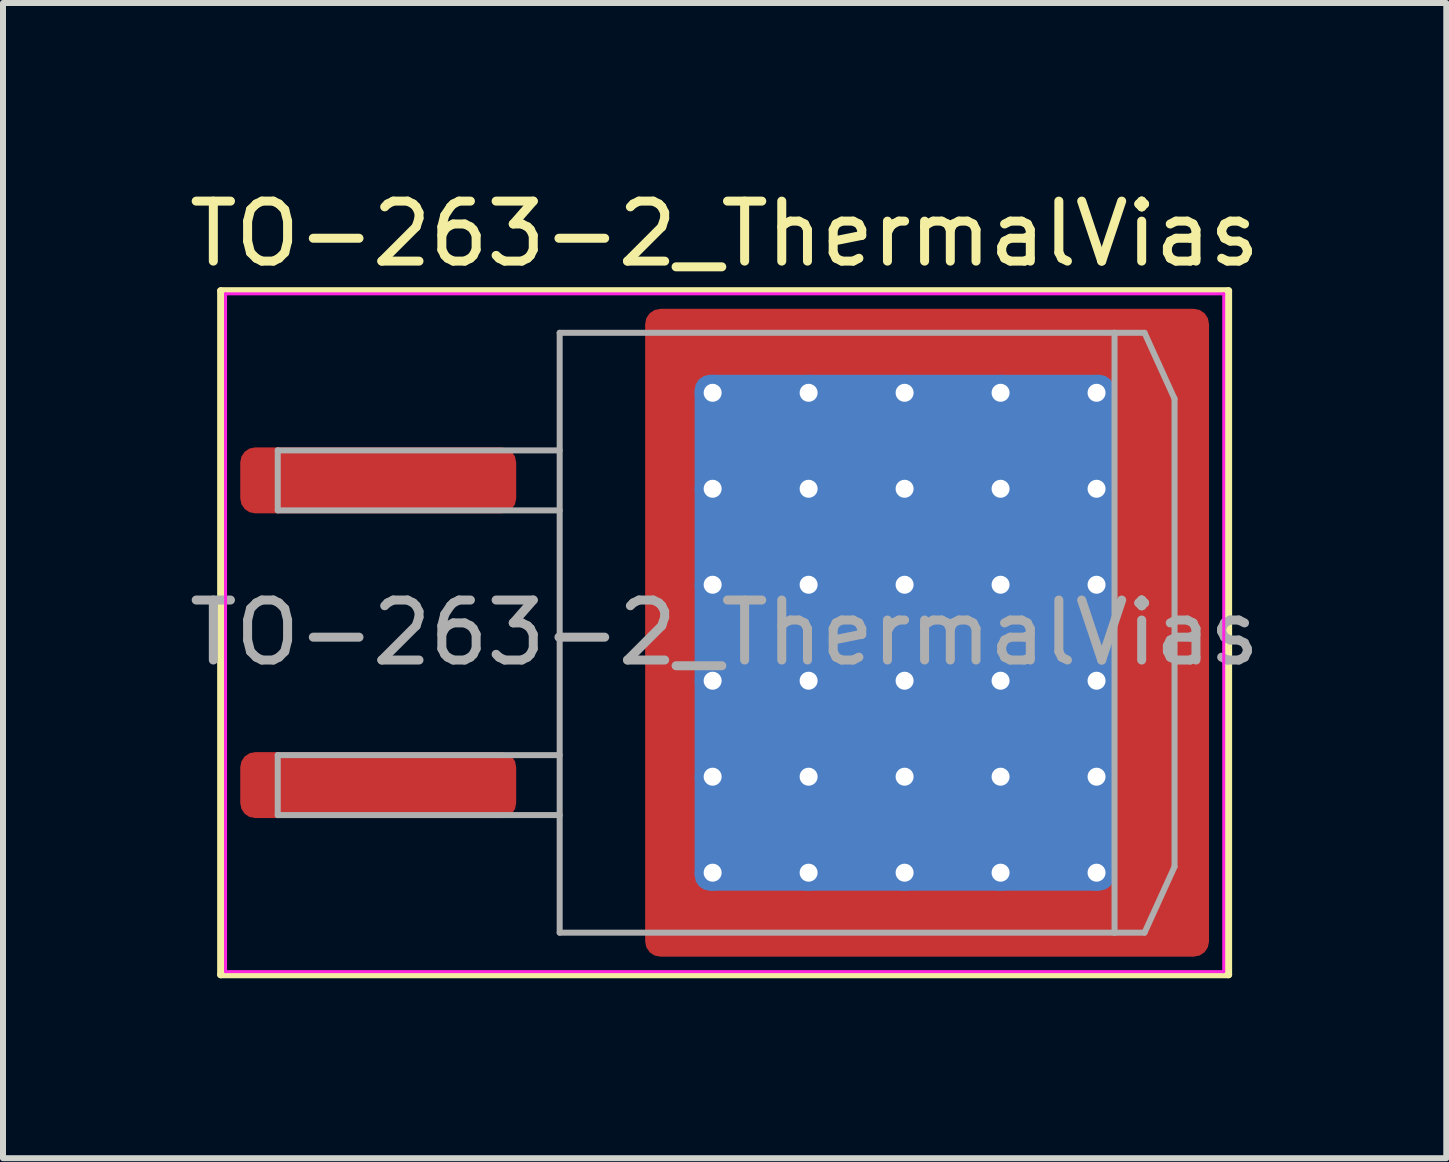
<source format=kicad_pcb>
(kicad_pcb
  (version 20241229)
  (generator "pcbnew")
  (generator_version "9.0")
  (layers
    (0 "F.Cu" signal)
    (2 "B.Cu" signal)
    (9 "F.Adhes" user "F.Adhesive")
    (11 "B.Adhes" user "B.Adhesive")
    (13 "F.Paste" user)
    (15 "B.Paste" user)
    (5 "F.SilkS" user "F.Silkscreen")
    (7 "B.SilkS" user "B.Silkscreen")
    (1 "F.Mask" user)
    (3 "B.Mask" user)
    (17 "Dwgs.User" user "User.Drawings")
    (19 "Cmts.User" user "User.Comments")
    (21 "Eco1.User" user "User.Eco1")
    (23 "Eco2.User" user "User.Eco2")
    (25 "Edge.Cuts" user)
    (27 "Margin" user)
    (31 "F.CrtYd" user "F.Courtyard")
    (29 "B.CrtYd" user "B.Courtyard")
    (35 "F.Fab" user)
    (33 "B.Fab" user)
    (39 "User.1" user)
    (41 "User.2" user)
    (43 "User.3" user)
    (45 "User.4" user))
  (footprint "TO-263-2_ThermalVias"
    (layer "F.Cu")
    (at 9.03 7.498)
    (property "Reference" "TO-263-2_ThermalVias" (at 0 -6.65 0) (layer "F.SilkS") (effects (font (size 1 1) (thickness 0.15))))
    (attr smd)
    (fp_line (start -8.4 -5.7) (end -8.4 5.7) (stroke (width 0.12) (type solid)) (layer "F.SilkS"))
    (fp_line (start -8.4 5.7) (end 8.4 5.7) (stroke (width 0.12) (type solid)) (layer "F.SilkS"))
    (fp_line (start 8.4 -5.7) (end -8.4 -5.7) (stroke (width 0.12) (type solid)) (layer "F.SilkS"))
    (fp_line (start 8.4 5.7) (end 8.4 -5.7) (stroke (width 0.12) (type solid)) (layer "F.SilkS"))
    (fp_line (start -8.32 -5.65) (end -8.32 5.65) (stroke (width 0.05) (type solid)) (layer "F.CrtYd"))
    (fp_line (start -8.32 5.65) (end 8.32 5.65) (stroke (width 0.05) (type solid)) (layer "F.CrtYd"))
    (fp_line (start 8.32 -5.65) (end -8.32 -5.65) (stroke (width 0.05) (type solid)) (layer "F.CrtYd"))
    (fp_line (start 8.32 5.65) (end 8.32 -5.65) (stroke (width 0.05) (type solid)) (layer "F.CrtYd"))
    (fp_line (start -7.45 -3.04) (end -7.45 -2.04) (stroke (width 0.1) (type solid)) (layer "F.Fab"))
    (fp_line (start -7.45 -2.04) (end -2.75 -2.04) (stroke (width 0.1) (type solid)) (layer "F.Fab"))
    (fp_line (start -7.45 2.04) (end -7.45 3.04) (stroke (width 0.1) (type solid)) (layer "F.Fab"))
    (fp_line (start -7.45 3.04) (end -2.75 3.04) (stroke (width 0.1) (type solid)) (layer "F.Fab"))
    (fp_line (start -2.75 -5) (end 6.5 -5) (stroke (width 0.1) (type solid)) (layer "F.Fab"))
    (fp_line (start -2.75 -3.04) (end -7.45 -3.04) (stroke (width 0.1) (type solid)) (layer "F.Fab"))
    (fp_line (start -2.75 2.04) (end -7.45 2.04) (stroke (width 0.1) (type solid)) (layer "F.Fab"))
    (fp_line (start -2.75 5) (end -2.75 -5) (stroke (width 0.1) (type solid)) (layer "F.Fab"))
    (fp_line (start 6.5 -5) (end 6.5 5) (stroke (width 0.1) (type solid)) (layer "F.Fab"))
    (fp_line (start 6.5 -5) (end 7 -5) (stroke (width 0.1) (type solid)) (layer "F.Fab"))
    (fp_line (start 6.5 5) (end -2.75 5) (stroke (width 0.1) (type solid)) (layer "F.Fab"))
    (fp_line (start 6.5 5) (end 7 5) (stroke (width 0.1) (type solid)) (layer "F.Fab"))
    (fp_line (start 7 -5) (end 7.5 -3.9) (stroke (width 0.1) (type solid)) (layer "F.Fab"))
    (fp_line (start 7 5) (end 7.5 3.9) (stroke (width 0.1) (type solid)) (layer "F.Fab"))
    (fp_line (start 7.5 -3.9) (end 7.5 3.9) (stroke (width 0.1) (type solid)) (layer "F.Fab"))
    (fp_text user "${REFERENCE}" (at 0 0 0) (layer "F.Fab") (effects (font (size 1 1) (thickness 0.15))))
    (pad "" smd roundrect (at -0.75 -4.65 90) (size 1.1 0.9) (layers "F.Paste") (roundrect_rratio 0.25))
    (pad "" smd roundrect (at -0.75 -3.2 90) (size 1.4 0.9) (layers "F.Paste") (roundrect_rratio 0.25))
    (pad "" smd roundrect (at -0.75 -1.6 90) (size 1.4 0.9) (layers "F.Paste") (roundrect_rratio 0.25))
    (pad "" smd roundrect (at -0.75 0 90) (size 1.4 0.9) (layers "F.Paste") (roundrect_rratio 0.25))
    (pad "" smd roundrect (at -0.75 1.6 90) (size 1.4 0.9) (layers "F.Paste") (roundrect_rratio 0.25))
    (pad "" smd roundrect (at -0.75 3.2 90) (size 1.4 0.9) (layers "F.Paste") (roundrect_rratio 0.25))
    (pad "" smd roundrect (at -0.75 4.65 90) (size 1.1 0.9) (layers "F.Paste") (roundrect_rratio 0.25))
    (pad "" smd roundrect (at 0.6 -4.65) (size 1.4 1.1) (layers "F.Paste") (roundrect_rratio 0.227))
    (pad "" smd roundrect (at 0.6 -3.2) (size 1.4 1.4) (layers "F.Paste") (roundrect_rratio 0.179))
    (pad "" smd roundrect (at 0.6 -1.6) (size 1.4 1.4) (layers "F.Paste") (roundrect_rratio 0.179))
    (pad "" smd roundrect (at 0.6 0) (size 1.4 1.4) (layers "F.Paste") (roundrect_rratio 0.179))
    (pad "" smd roundrect (at 0.6 1.6) (size 1.4 1.4) (layers "F.Paste") (roundrect_rratio 0.179))
    (pad "" smd roundrect (at 0.6 3.2) (size 1.4 1.4) (layers "F.Paste") (roundrect_rratio 0.179))
    (pad "" smd roundrect (at 0.6 4.65) (size 1.4 1.1) (layers "F.Paste") (roundrect_rratio 0.227))
    (pad "" smd roundrect (at 2.2 -4.65) (size 1.4 1.1) (layers "F.Paste") (roundrect_rratio 0.227))
    (pad "" smd roundrect (at 2.2 -3.2) (size 1.4 1.4) (layers "F.Paste") (roundrect_rratio 0.179))
    (pad "" smd roundrect (at 2.2 -1.6) (size 1.4 1.4) (layers "F.Paste") (roundrect_rratio 0.179))
    (pad "" smd roundrect (at 2.2 0) (size 1.4 1.4) (layers "F.Paste") (roundrect_rratio 0.179))
    (pad "" smd roundrect (at 2.2 1.6) (size 1.4 1.4) (layers "F.Paste") (roundrect_rratio 0.179))
    (pad "" smd roundrect (at 2.2 3.2) (size 1.4 1.4) (layers "F.Paste") (roundrect_rratio 0.179))
    (pad "" smd roundrect (at 2.2 4.65) (size 1.4 1.1) (layers "F.Paste") (roundrect_rratio 0.227))
    (pad "" smd roundrect (at 3.8 -4.65) (size 1.4 1.1) (layers "F.Paste") (roundrect_rratio 0.227))
    (pad "" smd roundrect (at 3.8 -3.2) (size 1.4 1.4) (layers "F.Paste") (roundrect_rratio 0.179))
    (pad "" smd roundrect (at 3.8 -1.6) (size 1.4 1.4) (layers "F.Paste") (roundrect_rratio 0.179))
    (pad "" smd roundrect (at 3.8 0) (size 1.4 1.4) (layers "F.Paste") (roundrect_rratio 0.179))
    (pad "" smd roundrect (at 3.8 1.6) (size 1.4 1.4) (layers "F.Paste") (roundrect_rratio 0.179))
    (pad "" smd roundrect (at 3.8 3.2) (size 1.4 1.4) (layers "F.Paste") (roundrect_rratio 0.179))
    (pad "" smd roundrect (at 3.8 4.65) (size 1.4 1.1) (layers "F.Paste") (roundrect_rratio 0.227))
    (pad "" smd roundrect (at 5.45 -4.65) (size 1.4 1.1) (layers "F.Paste") (roundrect_rratio 0.227))
    (pad "" smd roundrect (at 5.45 -3.2) (size 1.4 1.4) (layers "F.Paste") (roundrect_rratio 0.179))
    (pad "" smd roundrect (at 5.45 -1.6) (size 1.4 1.4) (layers "F.Paste") (roundrect_rratio 0.179))
    (pad "" smd roundrect (at 5.45 0) (size 1.4 1.4) (layers "F.Paste") (roundrect_rratio 0.179))
    (pad "" smd roundrect (at 5.45 1.6) (size 1.4 1.4) (layers "F.Paste") (roundrect_rratio 0.179))
    (pad "" smd roundrect (at 5.45 3.2) (size 1.4 1.4) (layers "F.Paste") (roundrect_rratio 0.179))
    (pad "" smd roundrect (at 5.45 4.65) (size 1.4 1.1) (layers "F.Paste") (roundrect_rratio 0.227))
    (pad "" smd roundrect (at 7.05 -4.65) (size 1.4 1.1) (layers "F.Paste") (roundrect_rratio 0.227))
    (pad "" smd roundrect (at 7.05 -3.2) (size 1.4 1.4) (layers "F.Paste") (roundrect_rratio 0.179))
    (pad "" smd roundrect (at 7.05 -1.6) (size 1.4 1.4) (layers "F.Paste") (roundrect_rratio 0.179))
    (pad "" smd roundrect (at 7.05 0) (size 1.4 1.4) (layers "F.Paste") (roundrect_rratio 0.179))
    (pad "" smd roundrect (at 7.05 1.6) (size 1.4 1.4) (layers "F.Paste") (roundrect_rratio 0.179))
    (pad "" smd roundrect (at 7.05 3.2) (size 1.4 1.4) (layers "F.Paste") (roundrect_rratio 0.179))
    (pad "" smd roundrect (at 7.05 4.65) (size 1.4 1.1) (layers "F.Paste") (roundrect_rratio 0.227))
    (pad "1" smd roundrect (at -5.775 -2.54) (size 4.6 1.1) (layers "F.Cu" "F.Mask" "F.Paste") (roundrect_rratio 0.227))
    (pad "2" thru_hole circle (at -0.2 -4) (size 0.6 0.6) (drill 0.3) (property pad_prop_heatsink) (layers "*.Cu"))
    (pad "2" thru_hole circle (at -0.2 -2.4) (size 0.6 0.6) (drill 0.3) (property pad_prop_heatsink) (layers "*.Cu"))
    (pad "2" thru_hole circle (at -0.2 -0.8) (size 0.6 0.6) (drill 0.3) (property pad_prop_heatsink) (layers "*.Cu"))
    (pad "2" thru_hole circle (at -0.2 0.8) (size 0.6 0.6) (drill 0.3) (property pad_prop_heatsink) (layers "*.Cu"))
    (pad "2" thru_hole circle (at -0.2 2.4) (size 0.6 0.6) (drill 0.3) (property pad_prop_heatsink) (layers "*.Cu"))
    (pad "2" thru_hole circle (at -0.2 4) (size 0.6 0.6) (drill 0.3) (property pad_prop_heatsink) (layers "*.Cu"))
    (pad "2" thru_hole circle (at 1.4 -4) (size 0.6 0.6) (drill 0.3) (property pad_prop_heatsink) (layers "*.Cu"))
    (pad "2" thru_hole circle (at 1.4 -2.4) (size 0.6 0.6) (drill 0.3) (property pad_prop_heatsink) (layers "*.Cu"))
    (pad "2" thru_hole circle (at 1.4 -0.8) (size 0.6 0.6) (drill 0.3) (property pad_prop_heatsink) (layers "*.Cu"))
    (pad "2" thru_hole circle (at 1.4 0.8) (size 0.6 0.6) (drill 0.3) (property pad_prop_heatsink) (layers "*.Cu"))
    (pad "2" thru_hole circle (at 1.4 2.4) (size 0.6 0.6) (drill 0.3) (property pad_prop_heatsink) (layers "*.Cu"))
    (pad "2" thru_hole circle (at 1.4 4) (size 0.6 0.6) (drill 0.3) (property pad_prop_heatsink) (layers "*.Cu"))
    (pad "2" thru_hole circle (at 3 -4) (size 0.6 0.6) (drill 0.3) (property pad_prop_heatsink) (layers "*.Cu"))
    (pad "2" thru_hole circle (at 3 -2.4) (size 0.6 0.6) (drill 0.3) (property pad_prop_heatsink) (layers "*.Cu"))
    (pad "2" thru_hole circle (at 3 -0.8) (size 0.6 0.6) (drill 0.3) (property pad_prop_heatsink) (layers "*.Cu"))
    (pad "2" smd roundrect (at 3 0) (size 7 8.6) (layers "B.Cu" "B.Mask") (roundrect_rratio 0.036))
    (pad "2" thru_hole circle (at 3 0.8) (size 0.6 0.6) (drill 0.3) (property pad_prop_heatsink) (layers "*.Cu"))
    (pad "2" thru_hole circle (at 3 2.4) (size 0.6 0.6) (drill 0.3) (property pad_prop_heatsink) (layers "*.Cu"))
    (pad "2" thru_hole circle (at 3 4) (size 0.6 0.6) (drill 0.3) (property pad_prop_heatsink) (layers "*.Cu"))
    (pad "2" smd roundrect (at 3.375 0) (size 9.4 10.8) (layers "F.Cu" "F.Mask") (roundrect_rratio 0.027))
    (pad "2" thru_hole circle (at 4.6 -4) (size 0.6 0.6) (drill 0.3) (property pad_prop_heatsink) (layers "*.Cu"))
    (pad "2" thru_hole circle (at 4.6 -2.4) (size 0.6 0.6) (drill 0.3) (property pad_prop_heatsink) (layers "*.Cu"))
    (pad "2" thru_hole circle (at 4.6 -0.8) (size 0.6 0.6) (drill 0.3) (property pad_prop_heatsink) (layers "*.Cu"))
    (pad "2" thru_hole circle (at 4.6 0.8) (size 0.6 0.6) (drill 0.3) (property pad_prop_heatsink) (layers "*.Cu"))
    (pad "2" thru_hole circle (at 4.6 2.4) (size 0.6 0.6) (drill 0.3) (property pad_prop_heatsink) (layers "*.Cu"))
    (pad "2" thru_hole circle (at 4.6 4) (size 0.6 0.6) (drill 0.3) (property pad_prop_heatsink) (layers "*.Cu"))
    (pad "2" thru_hole circle (at 6.2 -4) (size 0.6 0.6) (drill 0.3) (property pad_prop_heatsink) (layers "*.Cu"))
    (pad "2" thru_hole circle (at 6.2 -2.4) (size 0.6 0.6) (drill 0.3) (property pad_prop_heatsink) (layers "*.Cu"))
    (pad "2" thru_hole circle (at 6.2 -0.8) (size 0.6 0.6) (drill 0.3) (property pad_prop_heatsink) (layers "*.Cu"))
    (pad "2" thru_hole circle (at 6.2 0.8) (size 0.6 0.6) (drill 0.3) (property pad_prop_heatsink) (layers "*.Cu"))
    (pad "2" thru_hole circle (at 6.2 2.4) (size 0.6 0.6) (drill 0.3) (property pad_prop_heatsink) (layers "*.Cu"))
    (pad "2" thru_hole circle (at 6.2 4) (size 0.6 0.6) (drill 0.3) (property pad_prop_heatsink) (layers "*.Cu"))
    (pad "3" smd roundrect (at -5.775 2.54) (size 4.6 1.1) (layers "F.Cu" "F.Mask" "F.Paste") (roundrect_rratio 0.227)))
  (gr_rect
    (start -3 -3)
    (end 21.06 16.258)
    (stroke (width 0.1) (type default))
    (fill no)
    (layer "Edge.Cuts")))
</source>
